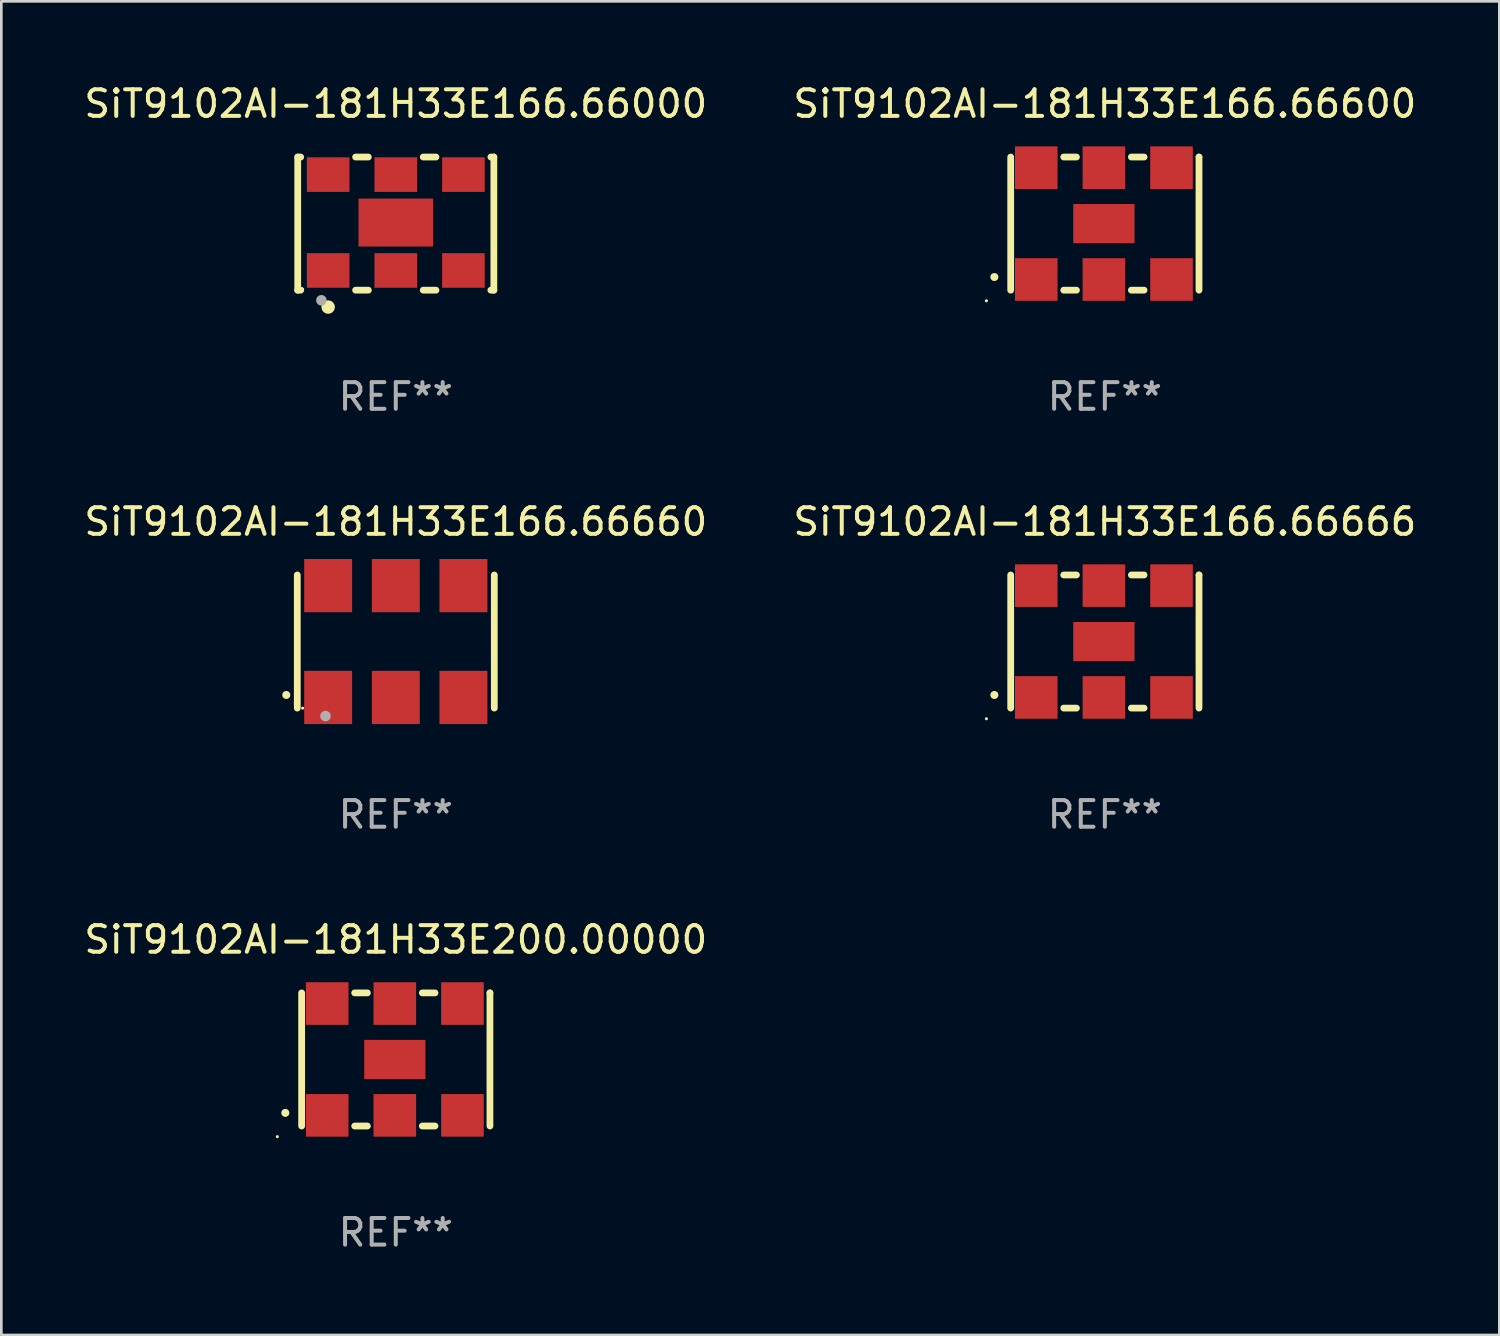
<source format=kicad_pcb>
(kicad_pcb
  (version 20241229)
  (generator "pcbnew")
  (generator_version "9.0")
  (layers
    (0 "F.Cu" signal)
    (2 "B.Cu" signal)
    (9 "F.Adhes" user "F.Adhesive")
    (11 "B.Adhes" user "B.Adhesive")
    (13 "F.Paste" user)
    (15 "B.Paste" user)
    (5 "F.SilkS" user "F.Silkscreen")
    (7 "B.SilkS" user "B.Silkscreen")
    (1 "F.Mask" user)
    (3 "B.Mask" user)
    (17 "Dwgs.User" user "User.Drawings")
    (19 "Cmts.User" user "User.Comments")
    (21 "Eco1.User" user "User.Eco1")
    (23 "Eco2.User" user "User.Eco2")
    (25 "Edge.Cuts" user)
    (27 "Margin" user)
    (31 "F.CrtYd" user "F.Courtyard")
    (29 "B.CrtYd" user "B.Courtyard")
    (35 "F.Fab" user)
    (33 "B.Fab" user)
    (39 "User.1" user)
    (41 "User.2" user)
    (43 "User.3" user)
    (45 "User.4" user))
  (footprint "SiT9102AI-181H33E166.66666"
    (layer "F.Cu")
    (at 38.446 21.045)
    (property "Reference" "SiT9102AI-181H33E166.66666" (at 0 -4.5 0) (layer "F.SilkS") (effects (font (size 1 1) (thickness 0.15))))
    (attr through_hole)
    (fp_line (start -3.536 -2.5) (end -3.536 2.5) (stroke (width 0.254) (type solid)) (layer "F.SilkS"))
    (fp_line (start -1.544 2.5) (end -1.067 2.5) (stroke (width 0.254) (type solid)) (layer "F.SilkS"))
    (fp_line (start -1.067 -2.5) (end -1.544 -2.5) (stroke (width 0.254) (type solid)) (layer "F.SilkS"))
    (fp_line (start 0.996 2.5) (end 1.473 2.5) (stroke (width 0.254) (type solid)) (layer "F.SilkS"))
    (fp_line (start 1.473 -2.5) (end 0.996 -2.5) (stroke (width 0.254) (type solid)) (layer "F.SilkS"))
    (fp_line (start 3.536 -2.5) (end 3.536 -2.5) (stroke (width 0.254) (type solid)) (layer "F.SilkS"))
    (fp_line (start 3.536 2.5) (end 3.536 -2.5) (stroke (width 0.254) (type solid)) (layer "F.SilkS"))
    (fp_arc (start -4.150432 2.006604) (mid -4.149162 2.006599) (end -4.147892 2.006604) (stroke (width 0.3) (type solid)) (layer "F.SilkS"))
    (fp_circle (center -4.449 2.9) (end -4.419 2.9) (stroke (width 0.06) (type solid)) (fill no) (layer "F.SilkS"))
    (fp_text user "REF**" (at 0 6.5 0) (layer "F.Fab") (effects (font (size 1 1) (thickness 0.15))))
    (pad "1" smd rect (at -2.576 2.1) (size 1.6 1.6) (layers "F.Cu" "F.Mask" "F.Paste"))
    (pad "2" smd rect (at -0.036 2.1) (size 1.6 1.6) (layers "F.Cu" "F.Mask" "F.Paste"))
    (pad "3" smd rect (at 2.504 2.1) (size 1.6 1.6) (layers "F.Cu" "F.Mask" "F.Paste"))
    (pad "4" smd rect (at 2.504 -2.1) (size 1.6 1.6) (layers "F.Cu" "F.Mask" "F.Paste"))
    (pad "5" smd rect (at -0.036 -2.1) (size 1.6 1.6) (layers "F.Cu" "F.Mask" "F.Paste"))
    (pad "6" smd rect (at -2.576 -2.1) (size 1.6 1.6) (layers "F.Cu" "F.Mask" "F.Paste"))
    (pad "7" smd rect (at -0.036 0) (size 2.3 1.47) (layers "F.Cu" "F.Mask" "F.Paste")))
  (footprint "SiT9102AI-181H33E200.00000"
    (layer "F.Cu")
    (at 11.815 36.741)
    (property "Reference" "SiT9102AI-181H33E200.00000" (at 0 -4.5 0) (layer "F.SilkS") (effects (font (size 1 1) (thickness 0.15))))
    (attr through_hole)
    (fp_line (start -3.536 -2.5) (end -3.536 2.5) (stroke (width 0.254) (type solid)) (layer "F.SilkS"))
    (fp_line (start -1.544 2.5) (end -1.067 2.5) (stroke (width 0.254) (type solid)) (layer "F.SilkS"))
    (fp_line (start -1.067 -2.5) (end -1.544 -2.5) (stroke (width 0.254) (type solid)) (layer "F.SilkS"))
    (fp_line (start 0.996 2.5) (end 1.473 2.5) (stroke (width 0.254) (type solid)) (layer "F.SilkS"))
    (fp_line (start 1.473 -2.5) (end 0.996 -2.5) (stroke (width 0.254) (type solid)) (layer "F.SilkS"))
    (fp_line (start 3.536 -2.5) (end 3.536 -2.5) (stroke (width 0.254) (type solid)) (layer "F.SilkS"))
    (fp_line (start 3.536 2.5) (end 3.536 -2.5) (stroke (width 0.254) (type solid)) (layer "F.SilkS"))
    (fp_arc (start -4.150432 2.006604) (mid -4.149162 2.006599) (end -4.147892 2.006604) (stroke (width 0.3) (type solid)) (layer "F.SilkS"))
    (fp_circle (center -4.449 2.9) (end -4.419 2.9) (stroke (width 0.06) (type solid)) (fill no) (layer "F.SilkS"))
    (fp_text user "REF**" (at 0 6.5 0) (layer "F.Fab") (effects (font (size 1 1) (thickness 0.15))))
    (pad "1" smd rect (at -2.576 2.1) (size 1.6 1.6) (layers "F.Cu" "F.Mask" "F.Paste"))
    (pad "2" smd rect (at -0.036 2.1) (size 1.6 1.6) (layers "F.Cu" "F.Mask" "F.Paste"))
    (pad "3" smd rect (at 2.504 2.1) (size 1.6 1.6) (layers "F.Cu" "F.Mask" "F.Paste"))
    (pad "4" smd rect (at 2.504 -2.1) (size 1.6 1.6) (layers "F.Cu" "F.Mask" "F.Paste"))
    (pad "5" smd rect (at -0.036 -2.1) (size 1.6 1.6) (layers "F.Cu" "F.Mask" "F.Paste"))
    (pad "6" smd rect (at -2.576 -2.1) (size 1.6 1.6) (layers "F.Cu" "F.Mask" "F.Paste"))
    (pad "7" smd rect (at -0.036 0) (size 2.3 1.47) (layers "F.Cu" "F.Mask" "F.Paste")))
  (footprint "SiT9102AI-181H33E166.66600"
    (layer "F.Cu")
    (at 38.446 5.348)
    (property "Reference" "SiT9102AI-181H33E166.66600" (at 0 -4.5 0) (layer "F.SilkS") (effects (font (size 1 1) (thickness 0.15))))
    (attr through_hole)
    (fp_line (start -3.536 -2.5) (end -3.536 2.5) (stroke (width 0.254) (type solid)) (layer "F.SilkS"))
    (fp_line (start -1.544 2.5) (end -1.067 2.5) (stroke (width 0.254) (type solid)) (layer "F.SilkS"))
    (fp_line (start -1.067 -2.5) (end -1.544 -2.5) (stroke (width 0.254) (type solid)) (layer "F.SilkS"))
    (fp_line (start 0.996 2.5) (end 1.473 2.5) (stroke (width 0.254) (type solid)) (layer "F.SilkS"))
    (fp_line (start 1.473 -2.5) (end 0.996 -2.5) (stroke (width 0.254) (type solid)) (layer "F.SilkS"))
    (fp_line (start 3.536 -2.5) (end 3.536 -2.5) (stroke (width 0.254) (type solid)) (layer "F.SilkS"))
    (fp_line (start 3.536 2.5) (end 3.536 -2.5) (stroke (width 0.254) (type solid)) (layer "F.SilkS"))
    (fp_arc (start -4.150432 2.006604) (mid -4.149162 2.006599) (end -4.147892 2.006604) (stroke (width 0.3) (type solid)) (layer "F.SilkS"))
    (fp_circle (center -4.449 2.9) (end -4.419 2.9) (stroke (width 0.06) (type solid)) (fill no) (layer "F.SilkS"))
    (fp_text user "REF**" (at 0 6.5 0) (layer "F.Fab") (effects (font (size 1 1) (thickness 0.15))))
    (pad "1" smd rect (at -2.576 2.1) (size 1.6 1.6) (layers "F.Cu" "F.Mask" "F.Paste"))
    (pad "2" smd rect (at -0.036 2.1) (size 1.6 1.6) (layers "F.Cu" "F.Mask" "F.Paste"))
    (pad "3" smd rect (at 2.504 2.1) (size 1.6 1.6) (layers "F.Cu" "F.Mask" "F.Paste"))
    (pad "4" smd rect (at 2.504 -2.1) (size 1.6 1.6) (layers "F.Cu" "F.Mask" "F.Paste"))
    (pad "5" smd rect (at -0.036 -2.1) (size 1.6 1.6) (layers "F.Cu" "F.Mask" "F.Paste"))
    (pad "6" smd rect (at -2.576 -2.1) (size 1.6 1.6) (layers "F.Cu" "F.Mask" "F.Paste"))
    (pad "7" smd rect (at -0.036 0) (size 2.3 1.47) (layers "F.Cu" "F.Mask" "F.Paste")))
  (footprint "SiT9102AI-181H33E166.66660"
    (layer "F.Cu")
    (at 11.815 21.045)
    (property "Reference" "SiT9102AI-181H33E166.66660" (at 0 -4.5 0) (layer "F.SilkS") (effects (font (size 1 1) (thickness 0.15))))
    (attr through_hole)
    (fp_line (start -3.7 -2.5) (end -3.7 2.5) (stroke (width 0.254) (type solid)) (layer "F.SilkS"))
    (fp_line (start 3.7 -2.5) (end 3.7 2.5) (stroke (width 0.254) (type solid)) (layer "F.SilkS"))
    (fp_arc (start -4.114415 2.006604) (mid -4.113145 2.006599) (end -4.111875 2.006604) (stroke (width 0.3) (type solid)) (layer "F.SilkS"))
    (fp_circle (center -3.5 2.501) (end -3.47 2.501) (stroke (width 0.06) (type solid)) (fill no) (layer "F.SilkS"))
    (fp_circle (center -2.641 2.799) (end -2.541 2.799) (stroke (width 0.2) (type solid)) (fill no) (layer "F.Fab"))
    (fp_text user "REF**" (at 0 6.5 0) (layer "F.Fab") (effects (font (size 1 1) (thickness 0.15))))
    (pad "1" smd rect (at -2.54 2.1) (size 1.8 2) (layers "F.Cu" "F.Mask" "F.Paste"))
    (pad "2" smd rect (at 0.000394 2.1) (size 1.8 2) (layers "F.Cu" "F.Mask" "F.Paste"))
    (pad "3" smd rect (at 2.54 2.1) (size 1.8 2) (layers "F.Cu" "F.Mask" "F.Paste"))
    (pad "4" smd rect (at 2.54 -2.1) (size 1.8 2) (layers "F.Cu" "F.Mask" "F.Paste"))
    (pad "5" smd rect (at 0.000394 -2.1) (size 1.8 2) (layers "F.Cu" "F.Mask" "F.Paste"))
    (pad "6" smd rect (at -2.54 -2.1) (size 1.8 2) (layers "F.Cu" "F.Mask" "F.Paste")))
  (footprint "SiT9102AI-181H33E166.66000"
    (layer "F.Cu")
    (at 11.815 5.348)
    (property "Reference" "SiT9102AI-181H33E166.66000" (at 0 -4.5 0) (layer "F.SilkS") (effects (font (size 1 1) (thickness 0.15))))
    (attr through_hole)
    (fp_line (start -3.683 -2.5) (end -3.571 -2.5) (stroke (width 0.254) (type solid)) (layer "F.SilkS"))
    (fp_line (start -3.683 2.5) (end -3.683 -2.5) (stroke (width 0.254) (type solid)) (layer "F.SilkS"))
    (fp_line (start -3.683 2.5) (end -3.571 2.5) (stroke (width 0.254) (type solid)) (layer "F.SilkS"))
    (fp_line (start -1.509 -2.5) (end -1.031 -2.5) (stroke (width 0.254) (type solid)) (layer "F.SilkS"))
    (fp_line (start -1.509 2.5) (end -1.031 2.5) (stroke (width 0.254) (type solid)) (layer "F.SilkS"))
    (fp_line (start 1.031 -2.5) (end 1.509 -2.5) (stroke (width 0.254) (type solid)) (layer "F.SilkS"))
    (fp_line (start 1.031 2.5) (end 1.509 2.5) (stroke (width 0.254) (type solid)) (layer "F.SilkS"))
    (fp_line (start 3.571 -2.5) (end 3.683 -2.5) (stroke (width 0.254) (type solid)) (layer "F.SilkS"))
    (fp_line (start 3.571 2.5) (end 3.683 2.5) (stroke (width 0.254) (type solid)) (layer "F.SilkS"))
    (fp_line (start 3.683 2.5) (end 3.683 -2.5) (stroke (width 0.254) (type solid)) (layer "F.SilkS"))
    (fp_circle (center -3.5 2.46) (end -3.47 2.46) (stroke (width 0.06) (type solid)) (fill no) (layer "F.SilkS"))
    (fp_circle (center -2.54 3.135) (end -2.413 3.135) (stroke (width 0.254) (type solid)) (fill no) (layer "F.SilkS"))
    (fp_circle (center -2.794 2.881) (end -2.694 2.881) (stroke (width 0.2) (type solid)) (fill no) (layer "F.Fab"))
    (fp_text user "REF**" (at 0 6.5 0) (layer "F.Fab") (effects (font (size 1 1) (thickness 0.15))))
    (pad "1" smd rect (at -2.54 1.76) (size 1.6 1.3) (layers "F.Cu" "F.Mask" "F.Paste"))
    (pad "2" smd rect (at 0 1.76) (size 1.6 1.3) (layers "F.Cu" "F.Mask" "F.Paste"))
    (pad "3" smd rect (at 2.54 1.76) (size 1.6 1.3) (layers "F.Cu" "F.Mask" "F.Paste"))
    (pad "4" smd rect (at 2.54 -1.84) (size 1.6 1.3) (layers "F.Cu" "F.Mask" "F.Paste"))
    (pad "5" smd rect (at 0 -1.84) (size 1.6 1.3) (layers "F.Cu" "F.Mask" "F.Paste"))
    (pad "6" smd rect (at -2.54 -1.84) (size 1.6 1.3) (layers "F.Cu" "F.Mask" "F.Paste"))
    (pad "7" smd rect (at 0 -0.04) (size 2.8 1.8) (layers "F.Cu" "F.Mask" "F.Paste")))
  (gr_rect
    (start -3 -3)
    (end 53.262 47.09)
    (stroke (width 0.1) (type default))
    (fill no)
    (layer "Edge.Cuts")))
</source>
